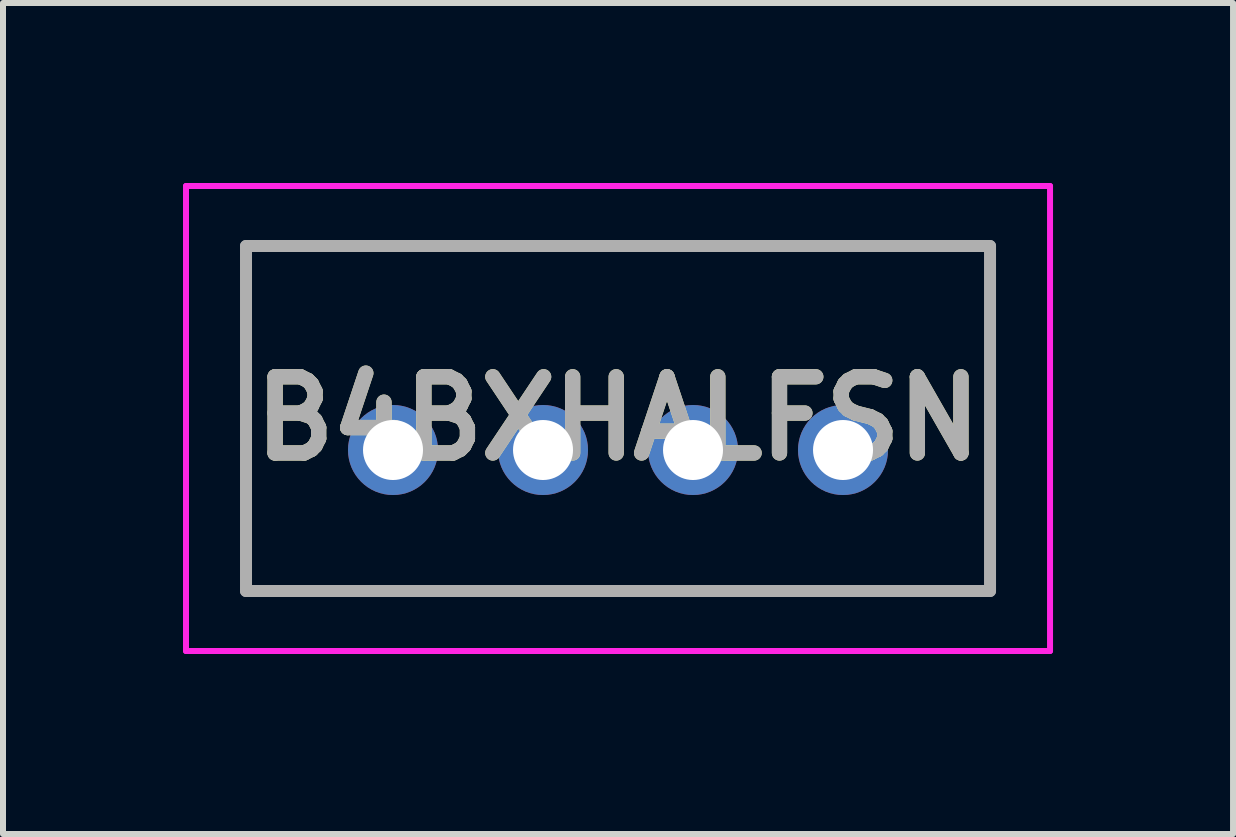
<source format=kicad_pcb>
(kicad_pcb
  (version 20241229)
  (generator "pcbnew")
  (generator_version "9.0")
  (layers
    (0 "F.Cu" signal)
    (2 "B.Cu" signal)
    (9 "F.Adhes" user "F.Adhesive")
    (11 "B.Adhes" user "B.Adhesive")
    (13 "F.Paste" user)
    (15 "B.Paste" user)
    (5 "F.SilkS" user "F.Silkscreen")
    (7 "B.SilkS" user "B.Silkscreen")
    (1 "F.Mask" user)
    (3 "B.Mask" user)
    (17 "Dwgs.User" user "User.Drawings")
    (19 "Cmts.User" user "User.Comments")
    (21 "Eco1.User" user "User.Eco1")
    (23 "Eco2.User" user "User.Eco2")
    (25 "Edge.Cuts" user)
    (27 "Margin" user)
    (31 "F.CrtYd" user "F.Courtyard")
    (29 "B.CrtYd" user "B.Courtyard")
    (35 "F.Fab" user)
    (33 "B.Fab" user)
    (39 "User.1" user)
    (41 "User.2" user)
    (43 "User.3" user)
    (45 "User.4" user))
  (footprint "B4BXHALFSN"
    (layer "F.Cu")
    (at 3.5 4.45)
    (property "Reference" "B4BXHALFSN" (at 3.75 -0.525 0) (layer "F.SilkS") (effects (font (size 1.27 1.27) (thickness 0.254))))
    (attr through_hole)
    (fp_line (start -2.45 -3.4) (end 9.95 -3.4) (stroke (width 0.1) (type solid)) (layer "F.SilkS"))
    (fp_line (start -2.45 2.35) (end -2.45 -3.4) (stroke (width 0.1) (type solid)) (layer "F.SilkS"))
    (fp_line (start 9.95 -3.4) (end 9.95 2.35) (stroke (width 0.1) (type solid)) (layer "F.SilkS"))
    (fp_line (start 9.95 2.35) (end -2.45 2.35) (stroke (width 0.1) (type solid)) (layer "F.SilkS"))
    (fp_line (start -3.45 -4.4) (end 10.95 -4.4) (stroke (width 0.1) (type solid)) (layer "F.CrtYd"))
    (fp_line (start -3.45 3.35) (end -3.45 -4.4) (stroke (width 0.1) (type solid)) (layer "F.CrtYd"))
    (fp_line (start 10.95 -4.4) (end 10.95 3.35) (stroke (width 0.1) (type solid)) (layer "F.CrtYd"))
    (fp_line (start 10.95 3.35) (end -3.45 3.35) (stroke (width 0.1) (type solid)) (layer "F.CrtYd"))
    (fp_line (start -2.45 -3.4) (end 9.95 -3.4) (stroke (width 0.2) (type solid)) (layer "F.Fab"))
    (fp_line (start -2.45 2.35) (end -2.45 -3.4) (stroke (width 0.2) (type solid)) (layer "F.Fab"))
    (fp_line (start 9.95 -3.4) (end 9.95 2.35) (stroke (width 0.2) (type solid)) (layer "F.Fab"))
    (fp_line (start 9.95 2.35) (end -2.45 2.35) (stroke (width 0.2) (type solid)) (layer "F.Fab"))
    (fp_text user "${REFERENCE}" (at 3.75 -0.525 0) (layer "F.Fab") (effects (font (size 1.27 1.27) (thickness 0.254))))
    (pad "1" thru_hole circle (at 0 0) (size 1.5 1.5) (drill 1) (layers "*.Cu" "*.Mask"))
    (pad "2" thru_hole circle (at 2.5 0) (size 1.5 1.5) (drill 1) (layers "*.Cu" "*.Mask"))
    (pad "3" thru_hole circle (at 5 0) (size 1.5 1.5) (drill 1) (layers "*.Cu" "*.Mask"))
    (pad "4" thru_hole circle (at 7.5 0) (size 1.5 1.5) (drill 1) (layers "*.Cu" "*.Mask")))
  (gr_rect
    (start -3 -3)
    (end 17.5 10.85)
    (stroke (width 0.1) (type default))
    (fill no)
    (layer "Edge.Cuts")))
</source>
